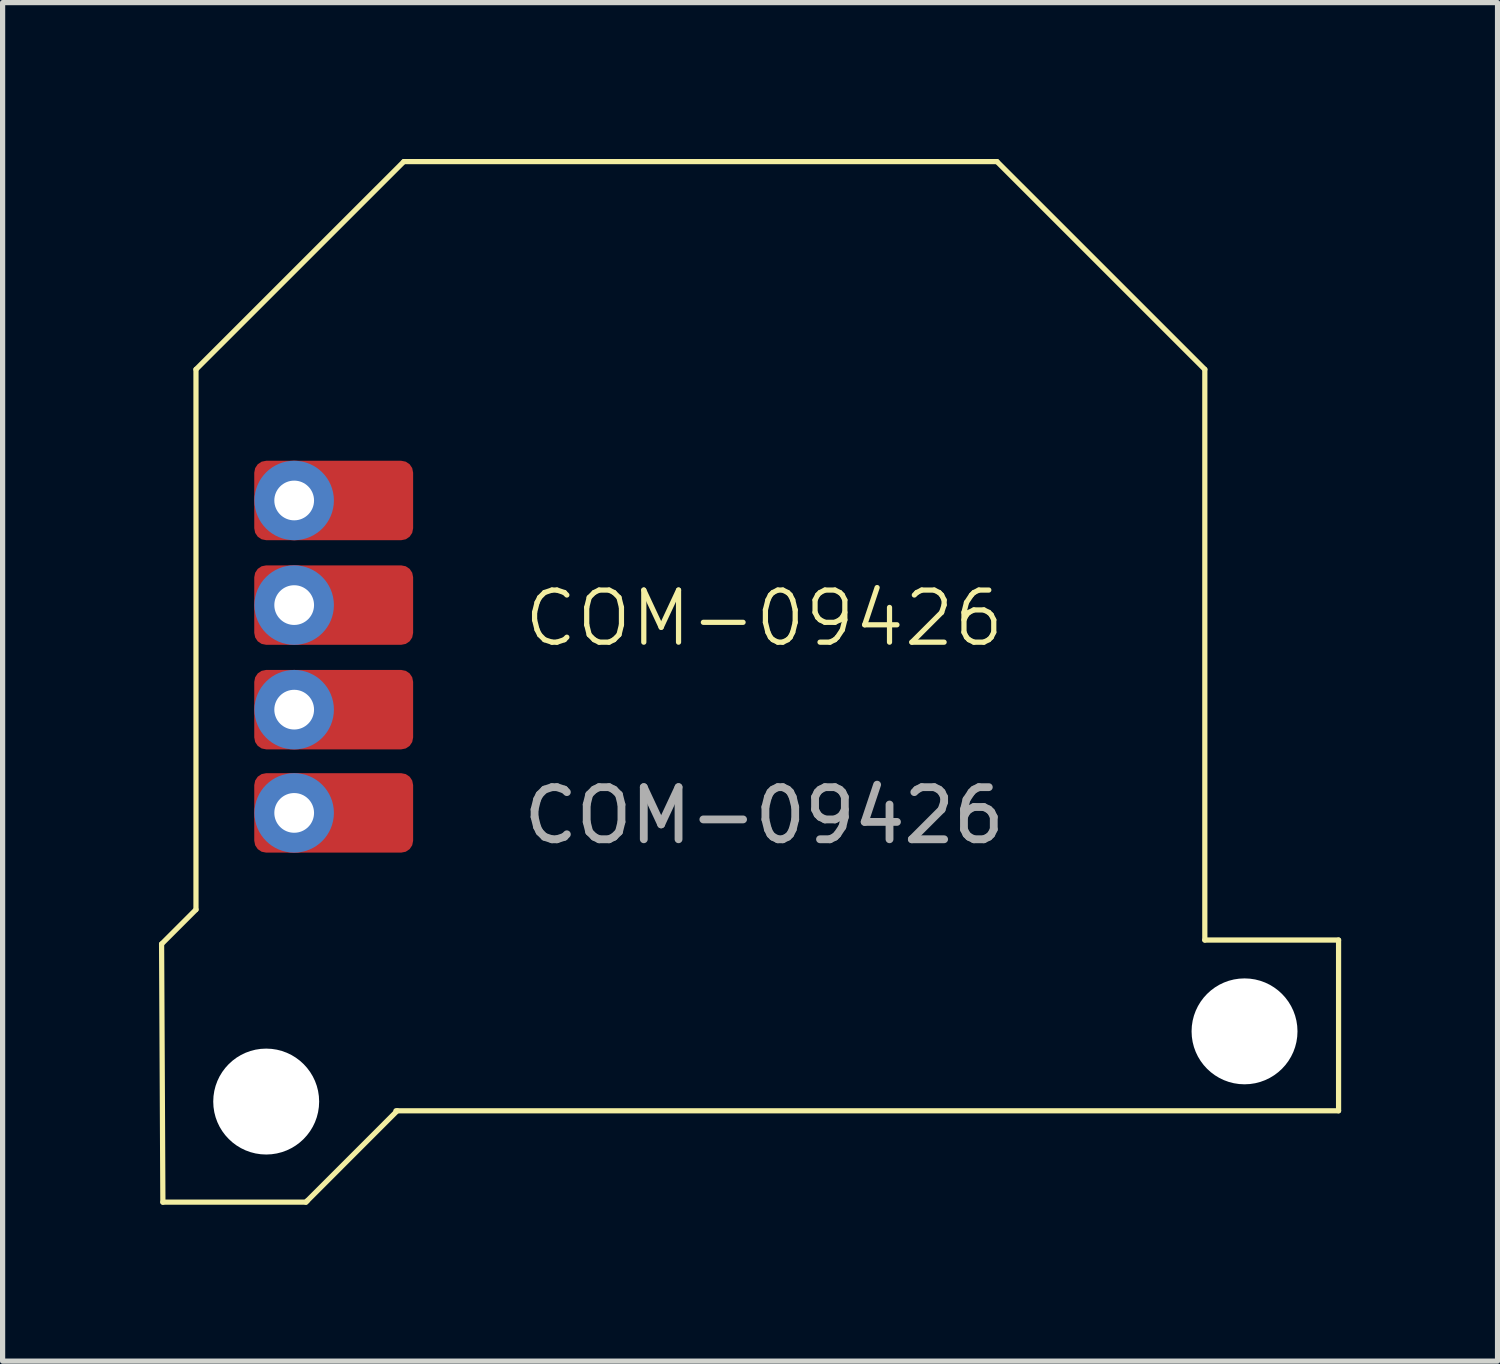
<source format=kicad_pcb>
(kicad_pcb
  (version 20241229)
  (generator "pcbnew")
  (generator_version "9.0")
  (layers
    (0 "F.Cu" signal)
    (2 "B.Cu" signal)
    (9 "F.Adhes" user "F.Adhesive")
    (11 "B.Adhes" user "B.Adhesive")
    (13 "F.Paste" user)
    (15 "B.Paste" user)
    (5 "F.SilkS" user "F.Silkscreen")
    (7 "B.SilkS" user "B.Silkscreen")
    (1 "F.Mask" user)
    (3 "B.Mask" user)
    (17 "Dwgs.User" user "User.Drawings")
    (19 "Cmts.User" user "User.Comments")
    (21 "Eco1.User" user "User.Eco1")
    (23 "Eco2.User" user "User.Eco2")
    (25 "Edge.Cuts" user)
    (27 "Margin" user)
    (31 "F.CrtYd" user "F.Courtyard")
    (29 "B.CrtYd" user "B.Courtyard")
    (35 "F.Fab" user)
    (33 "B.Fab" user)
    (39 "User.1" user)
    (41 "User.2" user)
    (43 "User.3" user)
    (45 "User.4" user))
  (footprint "COM-09426"
    (layer "F.Cu")
    (at 11.611 10.108)
    (property "Reference" "COM-09426" (at 0 -1.295 0) (unlocked yes) (layer "F.SilkS") (effects (font (size 1 1) (thickness 0.1))))
    (attr smd)
    (fp_line (start -11.536 9.906) (end -11.561 4.953) (stroke (width 0.1) (type default)) (layer "F.SilkS"))
    (fp_line (start -11.536 9.906) (end -8.792 9.906) (stroke (width 0.1) (type default)) (layer "F.SilkS"))
    (fp_line (start -10.901 -6.071) (end -6.913 -10.058) (stroke (width 0.1) (type default)) (layer "F.SilkS"))
    (fp_line (start -10.901 4.293) (end -11.561 4.953) (stroke (width 0.1) (type default)) (layer "F.SilkS"))
    (fp_line (start -10.901 4.293) (end -10.901 -6.071) (stroke (width 0.1) (type default)) (layer "F.SilkS"))
    (fp_line (start -8.767 9.881) (end -8.792 9.906) (stroke (width 0.1) (type default)) (layer "F.SilkS"))
    (fp_line (start -7.04 8.153) (end -8.767 9.881) (stroke (width 0.1) (type default)) (layer "F.SilkS"))
    (fp_line (start 4.466 -10.058) (end -6.913 -10.058) (stroke (width 0.1) (type default)) (layer "F.SilkS"))
    (fp_line (start 4.466 -10.058) (end 8.454 -6.071) (stroke (width 0.1) (type default)) (layer "F.SilkS"))
    (fp_line (start 8.454 4.877) (end 8.454 -6.071) (stroke (width 0.1) (type default)) (layer "F.SilkS"))
    (fp_line (start 11.02 4.877) (end 8.454 4.877) (stroke (width 0.1) (type default)) (layer "F.SilkS"))
    (fp_line (start 11.02 4.877) (end 11.02 8.153) (stroke (width 0.1) (type default)) (layer "F.SilkS"))
    (fp_line (start 11.02 8.153) (end -7.065 8.153) (stroke (width 0.1) (type default)) (layer "F.SilkS"))
    (fp_text user "${REFERENCE}" (at 0 2.489 0) (unlocked yes) (layer "F.Fab") (effects (font (size 1 1) (thickness 0.15))))
    (pad "" np_thru_hole circle (at -9.554 7.976) (size 2.032 2.032) (drill 2.032) (layers "*.Cu" "*.Mask"))
    (pad "" np_thru_hole circle (at 9.216 6.629) (size 2.032 2.032) (drill 2.032) (layers "*.Cu" "*.Mask"))
    (pad "1" thru_hole circle (at -9.017 -3.556) (size 1.524 1.524) (drill 0.762) (layers "*.Cu" "*.Mask"))
    (pad "1" smd roundrect (at -8.259 -3.556) (size 3.048 1.524) (layers "F.Cu" "F.Mask" "F.Paste") (roundrect_rratio 0.15))
    (pad "2" thru_hole circle (at -9.017 -1.549) (size 1.524 1.524) (drill 0.762) (layers "*.Cu" "*.Mask"))
    (pad "2" smd roundrect (at -8.259 -1.549) (size 3.048 1.524) (layers "F.Cu" "F.Mask" "F.Paste") (roundrect_rratio 0.15))
    (pad "3" thru_hole circle (at -9.017 0.457) (size 1.524 1.524) (drill 0.762) (layers "*.Cu" "*.Mask"))
    (pad "3" smd roundrect (at -8.259 0.457) (size 3.048 1.524) (layers "F.Cu" "F.Mask" "F.Paste") (roundrect_rratio 0.15))
    (pad "4" thru_hole circle (at -9.017 2.438) (size 1.524 1.524) (drill 0.762) (layers "*.Cu" "*.Mask"))
    (pad "4" smd roundrect (at -8.259 2.438) (size 3.048 1.524) (layers "F.Cu" "F.Mask" "F.Paste") (roundrect_rratio 0.15)))
  (gr_rect
    (start -3 -3)
    (end 25.681 23.064)
    (stroke (width 0.1) (type default))
    (fill no)
    (layer "Edge.Cuts")))
</source>
